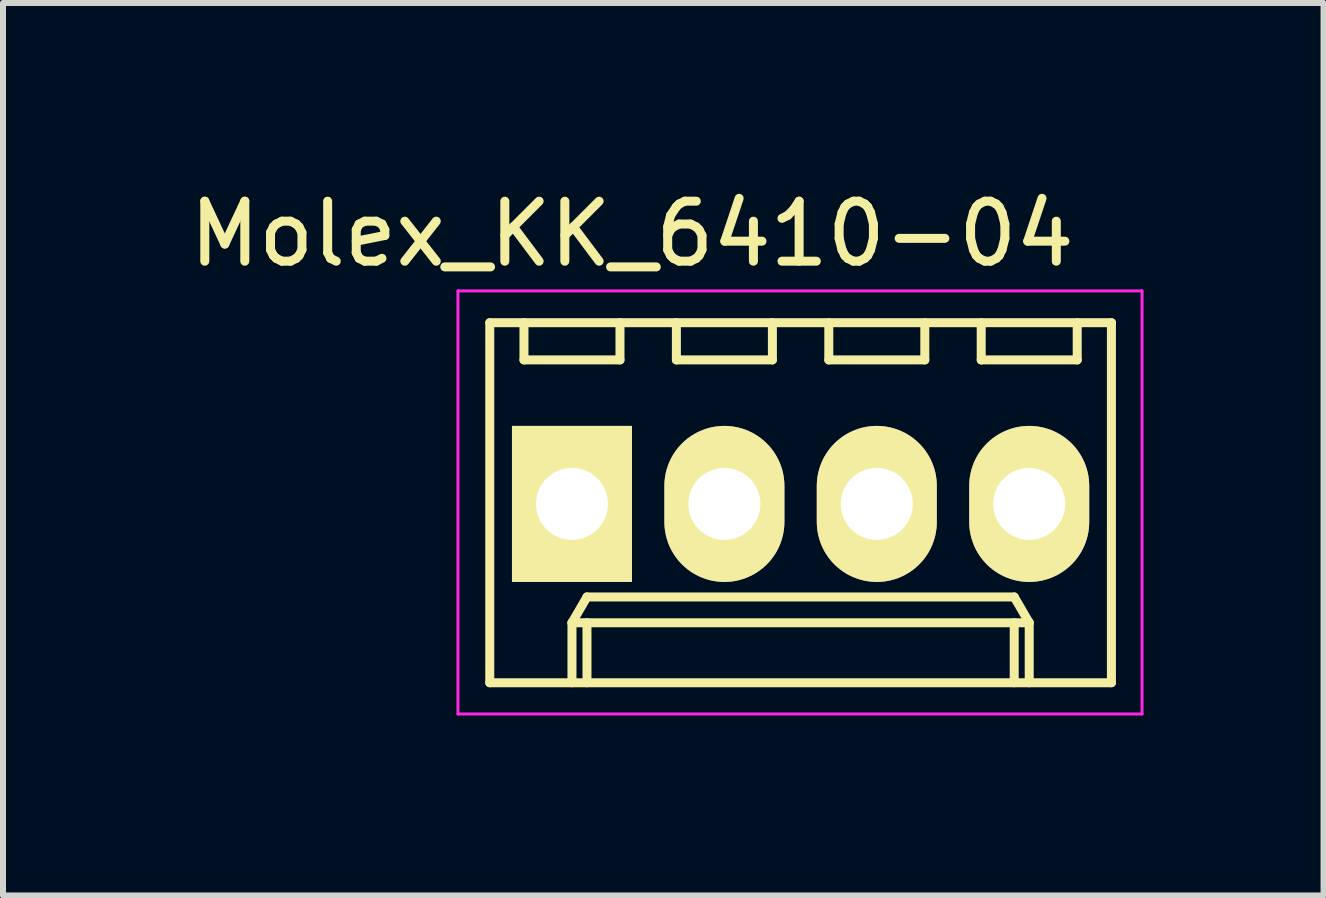
<source format=kicad_pcb>
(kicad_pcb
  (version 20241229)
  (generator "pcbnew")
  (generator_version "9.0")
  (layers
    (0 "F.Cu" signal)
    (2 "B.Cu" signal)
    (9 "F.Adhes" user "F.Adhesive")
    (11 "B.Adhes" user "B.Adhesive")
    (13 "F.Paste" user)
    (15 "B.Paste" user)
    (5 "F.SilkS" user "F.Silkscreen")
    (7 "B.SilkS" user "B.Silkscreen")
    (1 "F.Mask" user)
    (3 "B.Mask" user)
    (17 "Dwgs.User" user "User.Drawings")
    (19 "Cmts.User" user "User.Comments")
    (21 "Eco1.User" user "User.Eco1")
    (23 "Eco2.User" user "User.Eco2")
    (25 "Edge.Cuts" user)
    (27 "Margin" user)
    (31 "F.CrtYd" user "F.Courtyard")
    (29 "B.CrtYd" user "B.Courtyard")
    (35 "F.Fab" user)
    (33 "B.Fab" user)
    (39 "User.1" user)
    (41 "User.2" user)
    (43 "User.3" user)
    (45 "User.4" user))
  (footprint "Molex_KK_6410-04"
    (layer "F.Cu")
    (at 6.482 5.348)
    (property "Reference" "Molex_KK_6410-04" (at 1 -4.5 0) (layer "F.SilkS") (effects (font (size 1 1) (thickness 0.15))))
    (attr through_hole)
    (fp_line (start -1.37 -3.02) (end -1.37 2.98) (stroke (width 0.15) (type solid)) (layer "F.SilkS"))
    (fp_line (start -1.37 2.98) (end 8.99 2.98) (stroke (width 0.15) (type solid)) (layer "F.SilkS"))
    (fp_line (start -0.8 -3.02) (end -0.8 -2.4) (stroke (width 0.15) (type solid)) (layer "F.SilkS"))
    (fp_line (start -0.8 -2.4) (end 0.8 -2.4) (stroke (width 0.15) (type solid)) (layer "F.SilkS"))
    (fp_line (start 0 1.98) (end 0.25 1.55) (stroke (width 0.15) (type solid)) (layer "F.SilkS"))
    (fp_line (start 0 1.98) (end 7.62 1.98) (stroke (width 0.15) (type solid)) (layer "F.SilkS"))
    (fp_line (start 0 2.98) (end 0 1.98) (stroke (width 0.15) (type solid)) (layer "F.SilkS"))
    (fp_line (start 0.25 1.55) (end 7.37 1.55) (stroke (width 0.15) (type solid)) (layer "F.SilkS"))
    (fp_line (start 0.25 2.98) (end 0.25 1.98) (stroke (width 0.15) (type solid)) (layer "F.SilkS"))
    (fp_line (start 0.8 -2.4) (end 0.8 -3.02) (stroke (width 0.15) (type solid)) (layer "F.SilkS"))
    (fp_line (start 1.74 -3.02) (end 1.74 -2.4) (stroke (width 0.15) (type solid)) (layer "F.SilkS"))
    (fp_line (start 1.74 -2.4) (end 3.34 -2.4) (stroke (width 0.15) (type solid)) (layer "F.SilkS"))
    (fp_line (start 3.34 -2.4) (end 3.34 -3.02) (stroke (width 0.15) (type solid)) (layer "F.SilkS"))
    (fp_line (start 4.28 -3.02) (end 4.28 -2.4) (stroke (width 0.15) (type solid)) (layer "F.SilkS"))
    (fp_line (start 4.28 -2.4) (end 5.88 -2.4) (stroke (width 0.15) (type solid)) (layer "F.SilkS"))
    (fp_line (start 5.88 -2.4) (end 5.88 -3.02) (stroke (width 0.15) (type solid)) (layer "F.SilkS"))
    (fp_line (start 6.82 -3.02) (end 6.82 -2.4) (stroke (width 0.15) (type solid)) (layer "F.SilkS"))
    (fp_line (start 6.82 -2.4) (end 8.42 -2.4) (stroke (width 0.15) (type solid)) (layer "F.SilkS"))
    (fp_line (start 7.37 1.55) (end 7.62 1.98) (stroke (width 0.15) (type solid)) (layer "F.SilkS"))
    (fp_line (start 7.37 2.98) (end 7.37 1.98) (stroke (width 0.15) (type solid)) (layer "F.SilkS"))
    (fp_line (start 7.62 1.98) (end 7.62 2.98) (stroke (width 0.15) (type solid)) (layer "F.SilkS"))
    (fp_line (start 8.42 -2.4) (end 8.42 -3.02) (stroke (width 0.15) (type solid)) (layer "F.SilkS"))
    (fp_line (start 8.99 -3.02) (end -1.37 -3.02) (stroke (width 0.15) (type solid)) (layer "F.SilkS"))
    (fp_line (start 8.99 2.98) (end 8.99 -3.02) (stroke (width 0.15) (type solid)) (layer "F.SilkS"))
    (fp_line (start -1.9 -3.55) (end 9.5 -3.55) (stroke (width 0.05) (type solid)) (layer "F.CrtYd"))
    (fp_line (start -1.9 3.5) (end -1.9 -3.55) (stroke (width 0.05) (type solid)) (layer "F.CrtYd"))
    (fp_line (start 9.5 -3.55) (end 9.5 3.5) (stroke (width 0.05) (type solid)) (layer "F.CrtYd"))
    (fp_line (start 9.5 3.5) (end -1.9 3.5) (stroke (width 0.05) (type solid)) (layer "F.CrtYd"))
    (pad "1" thru_hole rect (at 0 0) (size 2 2.6) (drill 1.2) (layers "*.Cu" "*.Mask" "F.SilkS"))
    (pad "2" thru_hole oval (at 2.54 0) (size 2 2.6) (drill 1.2) (layers "*.Cu" "*.Mask" "F.SilkS"))
    (pad "3" thru_hole oval (at 5.08 0) (size 2 2.6) (drill 1.2) (layers "*.Cu" "*.Mask" "F.SilkS"))
    (pad "4" thru_hole oval (at 7.62 0) (size 2 2.6) (drill 1.2) (layers "*.Cu" "*.Mask" "F.SilkS")))
  (gr_rect
    (start -3 -3)
    (end 19.007 11.873)
    (stroke (width 0.1) (type default))
    (fill no)
    (layer "Edge.Cuts")))
</source>
